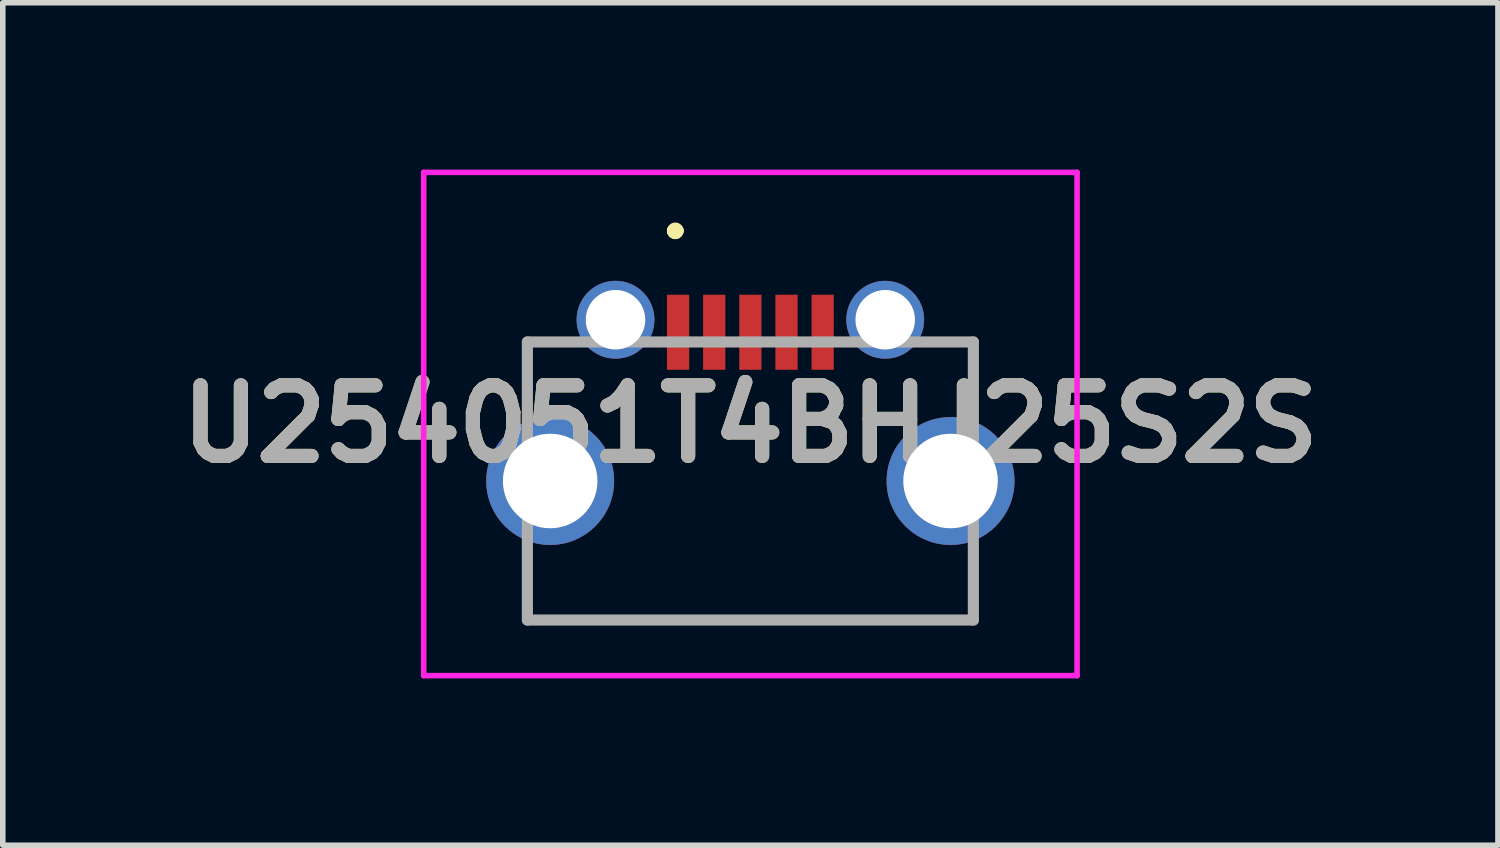
<source format=kicad_pcb>
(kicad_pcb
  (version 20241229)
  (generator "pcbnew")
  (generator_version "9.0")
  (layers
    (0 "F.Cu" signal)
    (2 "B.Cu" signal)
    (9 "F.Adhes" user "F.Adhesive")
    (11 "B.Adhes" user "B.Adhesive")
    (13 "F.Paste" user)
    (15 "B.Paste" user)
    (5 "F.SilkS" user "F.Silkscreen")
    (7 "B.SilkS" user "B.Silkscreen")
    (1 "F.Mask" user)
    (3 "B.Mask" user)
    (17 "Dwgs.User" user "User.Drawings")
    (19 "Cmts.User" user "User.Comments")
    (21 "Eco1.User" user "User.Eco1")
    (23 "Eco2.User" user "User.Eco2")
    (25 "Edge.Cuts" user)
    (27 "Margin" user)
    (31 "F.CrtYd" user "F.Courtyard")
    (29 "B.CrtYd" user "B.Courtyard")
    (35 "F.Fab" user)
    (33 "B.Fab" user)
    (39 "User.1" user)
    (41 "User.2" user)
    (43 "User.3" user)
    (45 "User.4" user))
  (footprint "U254051T4BHJ25S2S"
    (layer "F.Cu")
    (at 10.444 3.6)
    (property "Reference" "U254051T4BHJ25S2S" (at 0 0.975 0) (layer "F.SilkS") (effects (font (size 1.27 1.27) (thickness 0.254))))
    (attr through_hole)
    (fp_line (start -4 3.75) (end -4 3.75) (stroke (width 0.1) (type solid)) (layer "F.SilkS"))
    (fp_line (start -4 3.75) (end -4 4.5) (stroke (width 0.1) (type solid)) (layer "F.SilkS"))
    (fp_line (start -4 4.5) (end -4 3.75) (stroke (width 0.1) (type solid)) (layer "F.SilkS"))
    (fp_line (start -4 4.5) (end -4 4.5) (stroke (width 0.1) (type solid)) (layer "F.SilkS"))
    (fp_line (start -4 4.5) (end -4 4.5) (stroke (width 0.1) (type solid)) (layer "F.SilkS"))
    (fp_line (start -4 4.5) (end 4 4.5) (stroke (width 0.1) (type solid)) (layer "F.SilkS"))
    (fp_line (start -1.4 -2.5) (end -1.4 -2.5) (stroke (width 0.2) (type solid)) (layer "F.SilkS"))
    (fp_line (start -1.4 -2.5) (end -1.4 -2.5) (stroke (width 0.2) (type solid)) (layer "F.SilkS"))
    (fp_line (start -1.3 -2.5) (end -1.3 -2.5) (stroke (width 0.2) (type solid)) (layer "F.SilkS"))
    (fp_line (start 4 3.75) (end 4 3.75) (stroke (width 0.1) (type solid)) (layer "F.SilkS"))
    (fp_line (start 4 3.75) (end 4 4.5) (stroke (width 0.1) (type solid)) (layer "F.SilkS"))
    (fp_line (start 4 4.5) (end -4 4.5) (stroke (width 0.1) (type solid)) (layer "F.SilkS"))
    (fp_line (start 4 4.5) (end 4 3.75) (stroke (width 0.1) (type solid)) (layer "F.SilkS"))
    (fp_line (start 4 4.5) (end 4 4.5) (stroke (width 0.1) (type solid)) (layer "F.SilkS"))
    (fp_line (start 4 4.5) (end 4 4.5) (stroke (width 0.1) (type solid)) (layer "F.SilkS"))
    (fp_arc (start -1.4 -2.5) (mid -1.35 -2.55) (end -1.3 -2.5) (stroke (width 0.2) (type solid)) (layer "F.SilkS"))
    (fp_arc (start -1.3 -2.5) (mid -1.35 -2.45) (end -1.4 -2.5) (stroke (width 0.2) (type solid)) (layer "F.SilkS"))
    (fp_arc (start -1.3 -2.5) (mid -1.35 -2.45) (end -1.4 -2.5) (stroke (width 0.2) (type solid)) (layer "F.SilkS"))
    (fp_line (start -5.875 -3.55) (end 5.875 -3.55) (stroke (width 0.1) (type solid)) (layer "F.CrtYd"))
    (fp_line (start -5.875 5.5) (end -5.875 -3.55) (stroke (width 0.1) (type solid)) (layer "F.CrtYd"))
    (fp_line (start 5.875 -3.55) (end 5.875 5.5) (stroke (width 0.1) (type solid)) (layer "F.CrtYd"))
    (fp_line (start 5.875 5.5) (end -5.875 5.5) (stroke (width 0.1) (type solid)) (layer "F.CrtYd"))
    (fp_line (start -4.01 -0.5) (end -4.01 4.5) (stroke (width 0.2) (type solid)) (layer "F.Fab"))
    (fp_line (start -4.01 4.5) (end 4.01 4.5) (stroke (width 0.2) (type solid)) (layer "F.Fab"))
    (fp_line (start 4.01 -0.5) (end -4.01 -0.5) (stroke (width 0.2) (type solid)) (layer "F.Fab"))
    (fp_line (start 4.01 4.5) (end 4.01 -0.5) (stroke (width 0.2) (type solid)) (layer "F.Fab"))
    (fp_text user "${REFERENCE}" (at 0 0.975 0) (layer "F.Fab") (effects (font (size 1.27 1.27) (thickness 0.254))))
    (pad "1" smd rect (at -1.3 -0.675) (size 0.4 1.35) (layers "F.Cu" "F.Mask" "F.Paste"))
    (pad "2" smd rect (at -0.65 -0.675) (size 0.4 1.35) (layers "F.Cu" "F.Mask" "F.Paste"))
    (pad "3" smd rect (at 0 -0.675) (size 0.4 1.35) (layers "F.Cu" "F.Mask" "F.Paste"))
    (pad "4" smd rect (at 0.65 -0.675) (size 0.4 1.35) (layers "F.Cu" "F.Mask" "F.Paste"))
    (pad "5" smd rect (at 1.3 -0.675) (size 0.4 1.35) (layers "F.Cu" "F.Mask" "F.Paste"))
    (pad "MH1" thru_hole circle (at -3.6 2) (size 2.3 2.3) (drill 1.7) (layers "*.Cu" "*.Mask"))
    (pad "MH2" thru_hole circle (at 3.6 2) (size 2.3 2.3) (drill 1.7) (layers "*.Cu" "*.Mask"))
    (pad "MH3" thru_hole circle (at 2.425 -0.9) (size 1.4 1.4) (drill 1.07) (layers "*.Cu" "*.Mask"))
    (pad "MH4" thru_hole circle (at -2.425 -0.9) (size 1.4 1.4) (drill 1.07) (layers "*.Cu" "*.Mask")))
  (gr_rect
    (start -3 -3)
    (end 23.888 12.15)
    (stroke (width 0.1) (type default))
    (fill no)
    (layer "Edge.Cuts")))
</source>
